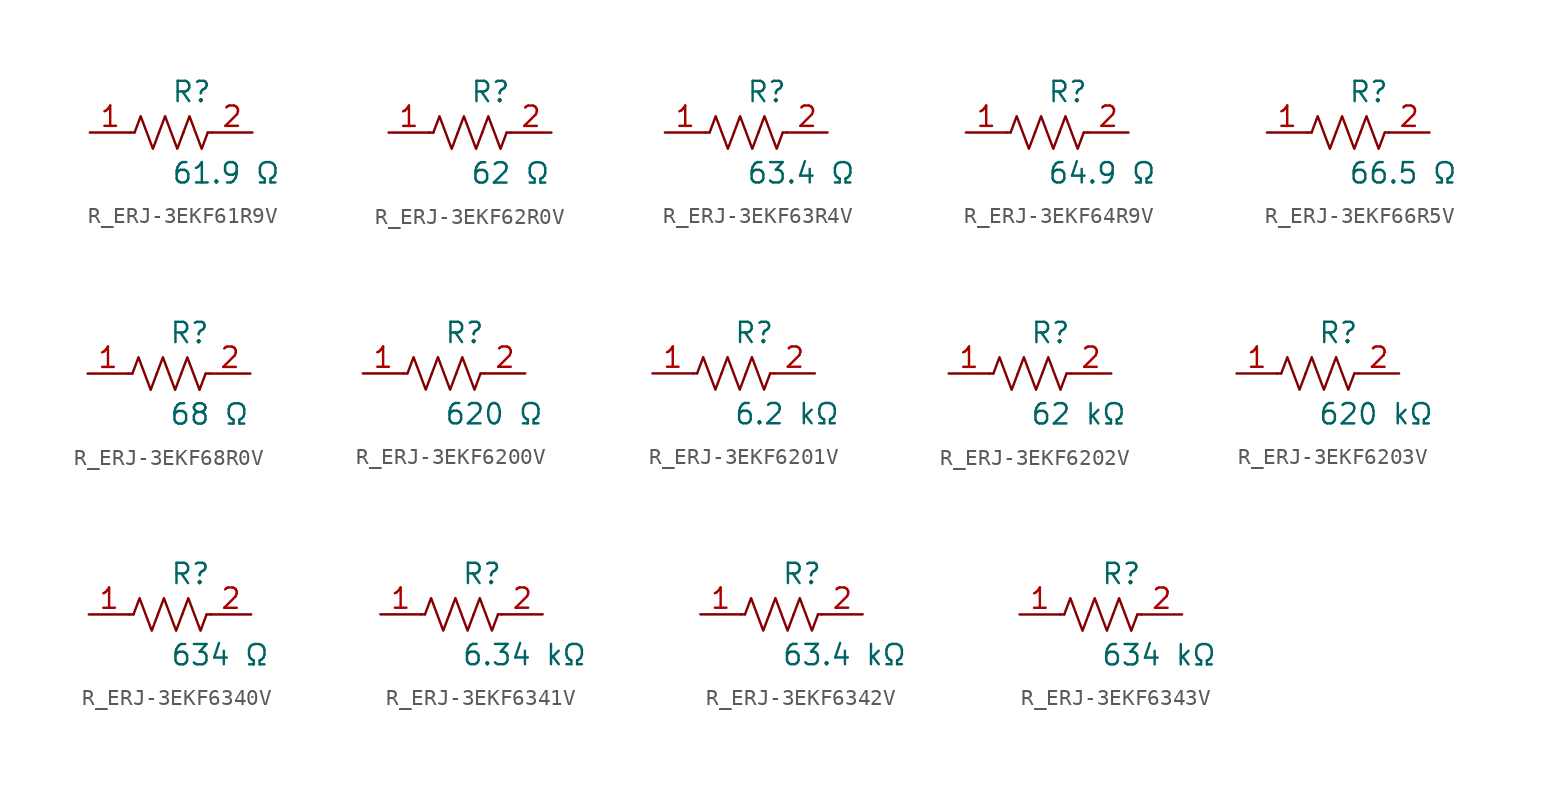
<source format=kicad_sym>
(kicad_symbol_lib
  (version 20231120)
  (generator kicad_symbol_editor)
  (generator_version 8.0)
  (symbol "R_ERJ-3EKF61R9V"
    (pin_names
      (offset 0.254))
    (property "Reference" "R"
      (at 0.0 2.54 0)
      (effects (font (size 1.27 1.27)) (justify left)))
    (property "Value" "61.9 Ω"
      (at 0.0 -2.54 0)
      (effects (font (size 1.27 1.27)) (justify left)))
    (symbol "R_ERJ-3EKF61R9V_0_1"
      (polyline (pts (xy 2.286 0) (xy 2.54 0)) (stroke (width 0) (type default)) (fill (type none)))
      (polyline (pts (xy -2.286 0) (xy -2.54 0)) (stroke (width 0) (type default)) (fill (type none)))
      (polyline (pts (xy 0.762 0) (xy 1.143 1.016) (xy 1.524 0) (xy 1.905 -1.016) (xy 2.286 0)) (stroke (width 0) (type default)) (fill (type none)))
      (polyline (pts (xy -0.762 0) (xy -0.381 1.016) (xy 0 0) (xy 0.381 -1.016) (xy 0.762 0)) (stroke (width 0) (type default)) (fill (type none)))
      (polyline (pts (xy -2.286 0) (xy -1.905 1.016) (xy -1.524 0) (xy -1.143 -1.016) (xy -0.762 0)) (stroke (width 0) (type default)) (fill (type none))))
    (pin unspecified line
      (at -5.08 0 0)
      (length 2.54)
      (name "" (effects (font (size 1.27 1.27))))
      (number "1" (effects (font (size 1.27 1.27)))))
    (pin unspecified line
      (at 5.08 0 180)
      (length 2.54)
      (name "" (effects (font (size 1.27 1.27))))
      (number "2" (effects (font (size 1.27 1.27))))))
  (symbol "R_ERJ-3EKF62R0V"
    (pin_names
      (offset 0.254))
    (property "Reference" "R"
      (at 0.0 2.54 0)
      (effects (font (size 1.27 1.27)) (justify left)))
    (property "Value" "62 Ω"
      (at 0.0 -2.54 0)
      (effects (font (size 1.27 1.27)) (justify left)))
    (symbol "R_ERJ-3EKF62R0V_0_1"
      (polyline (pts (xy 2.286 0) (xy 2.54 0)) (stroke (width 0) (type default)) (fill (type none)))
      (polyline (pts (xy -2.286 0) (xy -2.54 0)) (stroke (width 0) (type default)) (fill (type none)))
      (polyline (pts (xy 0.762 0) (xy 1.143 1.016) (xy 1.524 0) (xy 1.905 -1.016) (xy 2.286 0)) (stroke (width 0) (type default)) (fill (type none)))
      (polyline (pts (xy -0.762 0) (xy -0.381 1.016) (xy 0 0) (xy 0.381 -1.016) (xy 0.762 0)) (stroke (width 0) (type default)) (fill (type none)))
      (polyline (pts (xy -2.286 0) (xy -1.905 1.016) (xy -1.524 0) (xy -1.143 -1.016) (xy -0.762 0)) (stroke (width 0) (type default)) (fill (type none))))
    (pin unspecified line
      (at -5.08 0 0)
      (length 2.54)
      (name "" (effects (font (size 1.27 1.27))))
      (number "1" (effects (font (size 1.27 1.27)))))
    (pin unspecified line
      (at 5.08 0 180)
      (length 2.54)
      (name "" (effects (font (size 1.27 1.27))))
      (number "2" (effects (font (size 1.27 1.27))))))
  (symbol "R_ERJ-3EKF63R4V"
    (pin_names
      (offset 0.254))
    (property "Reference" "R"
      (at 0.0 2.54 0)
      (effects (font (size 1.27 1.27)) (justify left)))
    (property "Value" "63.4 Ω"
      (at 0.0 -2.54 0)
      (effects (font (size 1.27 1.27)) (justify left)))
    (symbol "R_ERJ-3EKF63R4V_0_1"
      (polyline (pts (xy 2.286 0) (xy 2.54 0)) (stroke (width 0) (type default)) (fill (type none)))
      (polyline (pts (xy -2.286 0) (xy -2.54 0)) (stroke (width 0) (type default)) (fill (type none)))
      (polyline (pts (xy 0.762 0) (xy 1.143 1.016) (xy 1.524 0) (xy 1.905 -1.016) (xy 2.286 0)) (stroke (width 0) (type default)) (fill (type none)))
      (polyline (pts (xy -0.762 0) (xy -0.381 1.016) (xy 0 0) (xy 0.381 -1.016) (xy 0.762 0)) (stroke (width 0) (type default)) (fill (type none)))
      (polyline (pts (xy -2.286 0) (xy -1.905 1.016) (xy -1.524 0) (xy -1.143 -1.016) (xy -0.762 0)) (stroke (width 0) (type default)) (fill (type none))))
    (pin unspecified line
      (at -5.08 0 0)
      (length 2.54)
      (name "" (effects (font (size 1.27 1.27))))
      (number "1" (effects (font (size 1.27 1.27)))))
    (pin unspecified line
      (at 5.08 0 180)
      (length 2.54)
      (name "" (effects (font (size 1.27 1.27))))
      (number "2" (effects (font (size 1.27 1.27))))))
  (symbol "R_ERJ-3EKF64R9V"
    (pin_names
      (offset 0.254))
    (property "Reference" "R"
      (at 0.0 2.54 0)
      (effects (font (size 1.27 1.27)) (justify left)))
    (property "Value" "64.9 Ω"
      (at 0.0 -2.54 0)
      (effects (font (size 1.27 1.27)) (justify left)))
    (symbol "R_ERJ-3EKF64R9V_0_1"
      (polyline (pts (xy 2.286 0) (xy 2.54 0)) (stroke (width 0) (type default)) (fill (type none)))
      (polyline (pts (xy -2.286 0) (xy -2.54 0)) (stroke (width 0) (type default)) (fill (type none)))
      (polyline (pts (xy 0.762 0) (xy 1.143 1.016) (xy 1.524 0) (xy 1.905 -1.016) (xy 2.286 0)) (stroke (width 0) (type default)) (fill (type none)))
      (polyline (pts (xy -0.762 0) (xy -0.381 1.016) (xy 0 0) (xy 0.381 -1.016) (xy 0.762 0)) (stroke (width 0) (type default)) (fill (type none)))
      (polyline (pts (xy -2.286 0) (xy -1.905 1.016) (xy -1.524 0) (xy -1.143 -1.016) (xy -0.762 0)) (stroke (width 0) (type default)) (fill (type none))))
    (pin unspecified line
      (at -5.08 0 0)
      (length 2.54)
      (name "" (effects (font (size 1.27 1.27))))
      (number "1" (effects (font (size 1.27 1.27)))))
    (pin unspecified line
      (at 5.08 0 180)
      (length 2.54)
      (name "" (effects (font (size 1.27 1.27))))
      (number "2" (effects (font (size 1.27 1.27))))))
  (symbol "R_ERJ-3EKF66R5V"
    (pin_names
      (offset 0.254))
    (property "Reference" "R"
      (at 0.0 2.54 0)
      (effects (font (size 1.27 1.27)) (justify left)))
    (property "Value" "66.5 Ω"
      (at 0.0 -2.54 0)
      (effects (font (size 1.27 1.27)) (justify left)))
    (symbol "R_ERJ-3EKF66R5V_0_1"
      (polyline (pts (xy 2.286 0) (xy 2.54 0)) (stroke (width 0) (type default)) (fill (type none)))
      (polyline (pts (xy -2.286 0) (xy -2.54 0)) (stroke (width 0) (type default)) (fill (type none)))
      (polyline (pts (xy 0.762 0) (xy 1.143 1.016) (xy 1.524 0) (xy 1.905 -1.016) (xy 2.286 0)) (stroke (width 0) (type default)) (fill (type none)))
      (polyline (pts (xy -0.762 0) (xy -0.381 1.016) (xy 0 0) (xy 0.381 -1.016) (xy 0.762 0)) (stroke (width 0) (type default)) (fill (type none)))
      (polyline (pts (xy -2.286 0) (xy -1.905 1.016) (xy -1.524 0) (xy -1.143 -1.016) (xy -0.762 0)) (stroke (width 0) (type default)) (fill (type none))))
    (pin unspecified line
      (at -5.08 0 0)
      (length 2.54)
      (name "" (effects (font (size 1.27 1.27))))
      (number "1" (effects (font (size 1.27 1.27)))))
    (pin unspecified line
      (at 5.08 0 180)
      (length 2.54)
      (name "" (effects (font (size 1.27 1.27))))
      (number "2" (effects (font (size 1.27 1.27))))))
  (symbol "R_ERJ-3EKF68R0V"
    (pin_names
      (offset 0.254))
    (property "Reference" "R"
      (at 0.0 2.54 0)
      (effects (font (size 1.27 1.27)) (justify left)))
    (property "Value" "68 Ω"
      (at 0.0 -2.54 0)
      (effects (font (size 1.27 1.27)) (justify left)))
    (symbol "R_ERJ-3EKF68R0V_0_1"
      (polyline (pts (xy 2.286 0) (xy 2.54 0)) (stroke (width 0) (type default)) (fill (type none)))
      (polyline (pts (xy -2.286 0) (xy -2.54 0)) (stroke (width 0) (type default)) (fill (type none)))
      (polyline (pts (xy 0.762 0) (xy 1.143 1.016) (xy 1.524 0) (xy 1.905 -1.016) (xy 2.286 0)) (stroke (width 0) (type default)) (fill (type none)))
      (polyline (pts (xy -0.762 0) (xy -0.381 1.016) (xy 0 0) (xy 0.381 -1.016) (xy 0.762 0)) (stroke (width 0) (type default)) (fill (type none)))
      (polyline (pts (xy -2.286 0) (xy -1.905 1.016) (xy -1.524 0) (xy -1.143 -1.016) (xy -0.762 0)) (stroke (width 0) (type default)) (fill (type none))))
    (pin unspecified line
      (at -5.08 0 0)
      (length 2.54)
      (name "" (effects (font (size 1.27 1.27))))
      (number "1" (effects (font (size 1.27 1.27)))))
    (pin unspecified line
      (at 5.08 0 180)
      (length 2.54)
      (name "" (effects (font (size 1.27 1.27))))
      (number "2" (effects (font (size 1.27 1.27))))))
  (symbol "R_ERJ-3EKF6200V"
    (pin_names
      (offset 0.254))
    (property "Reference" "R"
      (at 0.0 2.54 0)
      (effects (font (size 1.27 1.27)) (justify left)))
    (property "Value" "620 Ω"
      (at 0.0 -2.54 0)
      (effects (font (size 1.27 1.27)) (justify left)))
    (symbol "R_ERJ-3EKF6200V_0_1"
      (polyline (pts (xy 2.286 0) (xy 2.54 0)) (stroke (width 0) (type default)) (fill (type none)))
      (polyline (pts (xy -2.286 0) (xy -2.54 0)) (stroke (width 0) (type default)) (fill (type none)))
      (polyline (pts (xy 0.762 0) (xy 1.143 1.016) (xy 1.524 0) (xy 1.905 -1.016) (xy 2.286 0)) (stroke (width 0) (type default)) (fill (type none)))
      (polyline (pts (xy -0.762 0) (xy -0.381 1.016) (xy 0 0) (xy 0.381 -1.016) (xy 0.762 0)) (stroke (width 0) (type default)) (fill (type none)))
      (polyline (pts (xy -2.286 0) (xy -1.905 1.016) (xy -1.524 0) (xy -1.143 -1.016) (xy -0.762 0)) (stroke (width 0) (type default)) (fill (type none))))
    (pin unspecified line
      (at -5.08 0 0)
      (length 2.54)
      (name "" (effects (font (size 1.27 1.27))))
      (number "1" (effects (font (size 1.27 1.27)))))
    (pin unspecified line
      (at 5.08 0 180)
      (length 2.54)
      (name "" (effects (font (size 1.27 1.27))))
      (number "2" (effects (font (size 1.27 1.27))))))
  (symbol "R_ERJ-3EKF6201V"
    (pin_names
      (offset 0.254))
    (property "Reference" "R"
      (at 0.0 2.54 0)
      (effects (font (size 1.27 1.27)) (justify left)))
    (property "Value" "6.2 kΩ"
      (at 0.0 -2.54 0)
      (effects (font (size 1.27 1.27)) (justify left)))
    (symbol "R_ERJ-3EKF6201V_0_1"
      (polyline (pts (xy 2.286 0) (xy 2.54 0)) (stroke (width 0) (type default)) (fill (type none)))
      (polyline (pts (xy -2.286 0) (xy -2.54 0)) (stroke (width 0) (type default)) (fill (type none)))
      (polyline (pts (xy 0.762 0) (xy 1.143 1.016) (xy 1.524 0) (xy 1.905 -1.016) (xy 2.286 0)) (stroke (width 0) (type default)) (fill (type none)))
      (polyline (pts (xy -0.762 0) (xy -0.381 1.016) (xy 0 0) (xy 0.381 -1.016) (xy 0.762 0)) (stroke (width 0) (type default)) (fill (type none)))
      (polyline (pts (xy -2.286 0) (xy -1.905 1.016) (xy -1.524 0) (xy -1.143 -1.016) (xy -0.762 0)) (stroke (width 0) (type default)) (fill (type none))))
    (pin unspecified line
      (at -5.08 0 0)
      (length 2.54)
      (name "" (effects (font (size 1.27 1.27))))
      (number "1" (effects (font (size 1.27 1.27)))))
    (pin unspecified line
      (at 5.08 0 180)
      (length 2.54)
      (name "" (effects (font (size 1.27 1.27))))
      (number "2" (effects (font (size 1.27 1.27))))))
  (symbol "R_ERJ-3EKF6202V"
    (pin_names
      (offset 0.254))
    (property "Reference" "R"
      (at 0.0 2.54 0)
      (effects (font (size 1.27 1.27)) (justify left)))
    (property "Value" "62 kΩ"
      (at 0.0 -2.54 0)
      (effects (font (size 1.27 1.27)) (justify left)))
    (symbol "R_ERJ-3EKF6202V_0_1"
      (polyline (pts (xy 2.286 0) (xy 2.54 0)) (stroke (width 0) (type default)) (fill (type none)))
      (polyline (pts (xy -2.286 0) (xy -2.54 0)) (stroke (width 0) (type default)) (fill (type none)))
      (polyline (pts (xy 0.762 0) (xy 1.143 1.016) (xy 1.524 0) (xy 1.905 -1.016) (xy 2.286 0)) (stroke (width 0) (type default)) (fill (type none)))
      (polyline (pts (xy -0.762 0) (xy -0.381 1.016) (xy 0 0) (xy 0.381 -1.016) (xy 0.762 0)) (stroke (width 0) (type default)) (fill (type none)))
      (polyline (pts (xy -2.286 0) (xy -1.905 1.016) (xy -1.524 0) (xy -1.143 -1.016) (xy -0.762 0)) (stroke (width 0) (type default)) (fill (type none))))
    (pin unspecified line
      (at -5.08 0 0)
      (length 2.54)
      (name "" (effects (font (size 1.27 1.27))))
      (number "1" (effects (font (size 1.27 1.27)))))
    (pin unspecified line
      (at 5.08 0 180)
      (length 2.54)
      (name "" (effects (font (size 1.27 1.27))))
      (number "2" (effects (font (size 1.27 1.27))))))
  (symbol "R_ERJ-3EKF6203V"
    (pin_names
      (offset 0.254))
    (property "Reference" "R"
      (at 0.0 2.54 0)
      (effects (font (size 1.27 1.27)) (justify left)))
    (property "Value" "620 kΩ"
      (at 0.0 -2.54 0)
      (effects (font (size 1.27 1.27)) (justify left)))
    (symbol "R_ERJ-3EKF6203V_0_1"
      (polyline (pts (xy 2.286 0) (xy 2.54 0)) (stroke (width 0) (type default)) (fill (type none)))
      (polyline (pts (xy -2.286 0) (xy -2.54 0)) (stroke (width 0) (type default)) (fill (type none)))
      (polyline (pts (xy 0.762 0) (xy 1.143 1.016) (xy 1.524 0) (xy 1.905 -1.016) (xy 2.286 0)) (stroke (width 0) (type default)) (fill (type none)))
      (polyline (pts (xy -0.762 0) (xy -0.381 1.016) (xy 0 0) (xy 0.381 -1.016) (xy 0.762 0)) (stroke (width 0) (type default)) (fill (type none)))
      (polyline (pts (xy -2.286 0) (xy -1.905 1.016) (xy -1.524 0) (xy -1.143 -1.016) (xy -0.762 0)) (stroke (width 0) (type default)) (fill (type none))))
    (pin unspecified line
      (at -5.08 0 0)
      (length 2.54)
      (name "" (effects (font (size 1.27 1.27))))
      (number "1" (effects (font (size 1.27 1.27)))))
    (pin unspecified line
      (at 5.08 0 180)
      (length 2.54)
      (name "" (effects (font (size 1.27 1.27))))
      (number "2" (effects (font (size 1.27 1.27))))))
  (symbol "R_ERJ-3EKF6340V"
    (pin_names
      (offset 0.254))
    (property "Reference" "R"
      (at 0.0 2.54 0)
      (effects (font (size 1.27 1.27)) (justify left)))
    (property "Value" "634 Ω"
      (at 0.0 -2.54 0)
      (effects (font (size 1.27 1.27)) (justify left)))
    (symbol "R_ERJ-3EKF6340V_0_1"
      (polyline (pts (xy 2.286 0) (xy 2.54 0)) (stroke (width 0) (type default)) (fill (type none)))
      (polyline (pts (xy -2.286 0) (xy -2.54 0)) (stroke (width 0) (type default)) (fill (type none)))
      (polyline (pts (xy 0.762 0) (xy 1.143 1.016) (xy 1.524 0) (xy 1.905 -1.016) (xy 2.286 0)) (stroke (width 0) (type default)) (fill (type none)))
      (polyline (pts (xy -0.762 0) (xy -0.381 1.016) (xy 0 0) (xy 0.381 -1.016) (xy 0.762 0)) (stroke (width 0) (type default)) (fill (type none)))
      (polyline (pts (xy -2.286 0) (xy -1.905 1.016) (xy -1.524 0) (xy -1.143 -1.016) (xy -0.762 0)) (stroke (width 0) (type default)) (fill (type none))))
    (pin unspecified line
      (at -5.08 0 0)
      (length 2.54)
      (name "" (effects (font (size 1.27 1.27))))
      (number "1" (effects (font (size 1.27 1.27)))))
    (pin unspecified line
      (at 5.08 0 180)
      (length 2.54)
      (name "" (effects (font (size 1.27 1.27))))
      (number "2" (effects (font (size 1.27 1.27))))))
  (symbol "R_ERJ-3EKF6341V"
    (pin_names
      (offset 0.254))
    (property "Reference" "R"
      (at 0.0 2.54 0)
      (effects (font (size 1.27 1.27)) (justify left)))
    (property "Value" "6.34 kΩ"
      (at 0.0 -2.54 0)
      (effects (font (size 1.27 1.27)) (justify left)))
    (symbol "R_ERJ-3EKF6341V_0_1"
      (polyline (pts (xy 2.286 0) (xy 2.54 0)) (stroke (width 0) (type default)) (fill (type none)))
      (polyline (pts (xy -2.286 0) (xy -2.54 0)) (stroke (width 0) (type default)) (fill (type none)))
      (polyline (pts (xy 0.762 0) (xy 1.143 1.016) (xy 1.524 0) (xy 1.905 -1.016) (xy 2.286 0)) (stroke (width 0) (type default)) (fill (type none)))
      (polyline (pts (xy -0.762 0) (xy -0.381 1.016) (xy 0 0) (xy 0.381 -1.016) (xy 0.762 0)) (stroke (width 0) (type default)) (fill (type none)))
      (polyline (pts (xy -2.286 0) (xy -1.905 1.016) (xy -1.524 0) (xy -1.143 -1.016) (xy -0.762 0)) (stroke (width 0) (type default)) (fill (type none))))
    (pin unspecified line
      (at -5.08 0 0)
      (length 2.54)
      (name "" (effects (font (size 1.27 1.27))))
      (number "1" (effects (font (size 1.27 1.27)))))
    (pin unspecified line
      (at 5.08 0 180)
      (length 2.54)
      (name "" (effects (font (size 1.27 1.27))))
      (number "2" (effects (font (size 1.27 1.27))))))
  (symbol "R_ERJ-3EKF6342V"
    (pin_names
      (offset 0.254))
    (property "Reference" "R"
      (at 0.0 2.54 0)
      (effects (font (size 1.27 1.27)) (justify left)))
    (property "Value" "63.4 kΩ"
      (at 0.0 -2.54 0)
      (effects (font (size 1.27 1.27)) (justify left)))
    (symbol "R_ERJ-3EKF6342V_0_1"
      (polyline (pts (xy 2.286 0) (xy 2.54 0)) (stroke (width 0) (type default)) (fill (type none)))
      (polyline (pts (xy -2.286 0) (xy -2.54 0)) (stroke (width 0) (type default)) (fill (type none)))
      (polyline (pts (xy 0.762 0) (xy 1.143 1.016) (xy 1.524 0) (xy 1.905 -1.016) (xy 2.286 0)) (stroke (width 0) (type default)) (fill (type none)))
      (polyline (pts (xy -0.762 0) (xy -0.381 1.016) (xy 0 0) (xy 0.381 -1.016) (xy 0.762 0)) (stroke (width 0) (type default)) (fill (type none)))
      (polyline (pts (xy -2.286 0) (xy -1.905 1.016) (xy -1.524 0) (xy -1.143 -1.016) (xy -0.762 0)) (stroke (width 0) (type default)) (fill (type none))))
    (pin unspecified line
      (at -5.08 0 0)
      (length 2.54)
      (name "" (effects (font (size 1.27 1.27))))
      (number "1" (effects (font (size 1.27 1.27)))))
    (pin unspecified line
      (at 5.08 0 180)
      (length 2.54)
      (name "" (effects (font (size 1.27 1.27))))
      (number "2" (effects (font (size 1.27 1.27))))))
  (symbol "R_ERJ-3EKF6343V"
    (pin_names
      (offset 0.254))
    (property "Reference" "R"
      (at 0.0 2.54 0)
      (effects (font (size 1.27 1.27)) (justify left)))
    (property "Value" "634 kΩ"
      (at 0.0 -2.54 0)
      (effects (font (size 1.27 1.27)) (justify left)))
    (symbol "R_ERJ-3EKF6343V_0_1"
      (polyline (pts (xy 2.286 0) (xy 2.54 0)) (stroke (width 0) (type default)) (fill (type none)))
      (polyline (pts (xy -2.286 0) (xy -2.54 0)) (stroke (width 0) (type default)) (fill (type none)))
      (polyline (pts (xy 0.762 0) (xy 1.143 1.016) (xy 1.524 0) (xy 1.905 -1.016) (xy 2.286 0)) (stroke (width 0) (type default)) (fill (type none)))
      (polyline (pts (xy -0.762 0) (xy -0.381 1.016) (xy 0 0) (xy 0.381 -1.016) (xy 0.762 0)) (stroke (width 0) (type default)) (fill (type none)))
      (polyline (pts (xy -2.286 0) (xy -1.905 1.016) (xy -1.524 0) (xy -1.143 -1.016) (xy -0.762 0)) (stroke (width 0) (type default)) (fill (type none))))
    (pin unspecified line
      (at -5.08 0 0)
      (length 2.54)
      (name "" (effects (font (size 1.27 1.27))))
      (number "1" (effects (font (size 1.27 1.27)))))
    (pin unspecified line
      (at 5.08 0 180)
      (length 2.54)
      (name "" (effects (font (size 1.27 1.27))))
      (number "2" (effects (font (size 1.27 1.27)))))))
</source>
